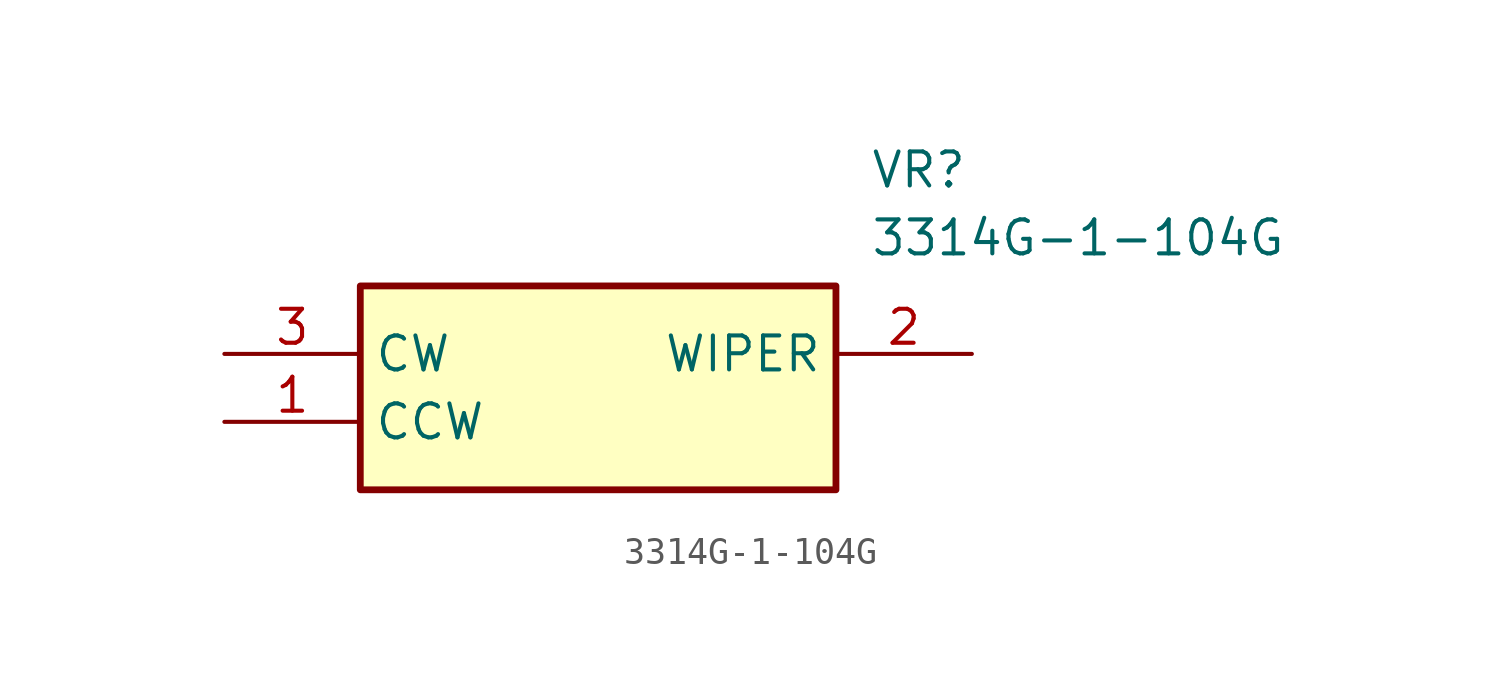
<source format=kicad_sym>
(kicad_symbol_lib
  (version 20211014)
  (generator SamacSys_ECAD_Model)
  (symbol "3314G-1-104G"
    (property "Reference" "VR"
      (at 24.13 7.62 0)
      (effects (font (size 1.27 1.27)) (justify left top)))
    (property "Value" "3314G-1-104G"
      (at 24.13 5.08 0)
      (effects (font (size 1.27 1.27)) (justify left top)))
    (rectangle
      (start 5.08 2.54)
      (end 22.86 -5.08)
      (stroke (width 0.254) (type default))
      (fill (type background)))
    (pin passive line
      (at 0 -2.54 0)
      (length 5.08)
      (name "CCW" (effects (font (size 1.27 1.27))))
      (number "1" (effects (font (size 1.27 1.27)))))
    (pin passive line
      (at 27.94 0 180)
      (length 5.08)
      (name "WIPER" (effects (font (size 1.27 1.27))))
      (number "2" (effects (font (size 1.27 1.27)))))
    (pin passive line
      (at 0 0 0)
      (length 5.08)
      (name "CW" (effects (font (size 1.27 1.27))))
      (number "3" (effects (font (size 1.27 1.27)))))))
</source>
